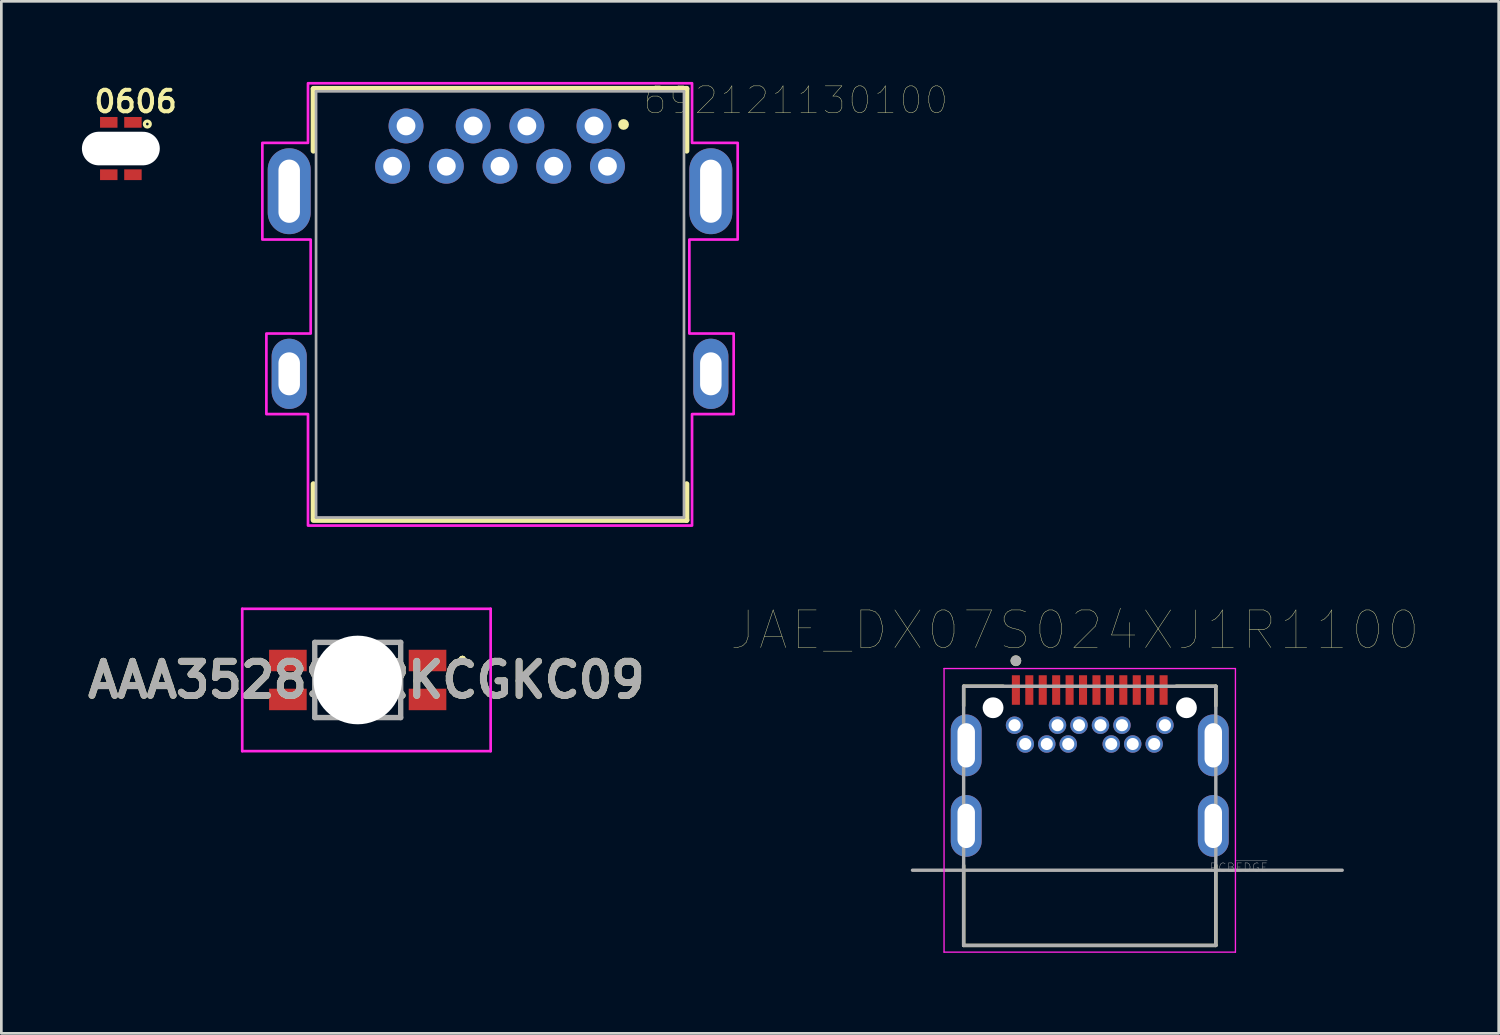
<source format=kicad_pcb>
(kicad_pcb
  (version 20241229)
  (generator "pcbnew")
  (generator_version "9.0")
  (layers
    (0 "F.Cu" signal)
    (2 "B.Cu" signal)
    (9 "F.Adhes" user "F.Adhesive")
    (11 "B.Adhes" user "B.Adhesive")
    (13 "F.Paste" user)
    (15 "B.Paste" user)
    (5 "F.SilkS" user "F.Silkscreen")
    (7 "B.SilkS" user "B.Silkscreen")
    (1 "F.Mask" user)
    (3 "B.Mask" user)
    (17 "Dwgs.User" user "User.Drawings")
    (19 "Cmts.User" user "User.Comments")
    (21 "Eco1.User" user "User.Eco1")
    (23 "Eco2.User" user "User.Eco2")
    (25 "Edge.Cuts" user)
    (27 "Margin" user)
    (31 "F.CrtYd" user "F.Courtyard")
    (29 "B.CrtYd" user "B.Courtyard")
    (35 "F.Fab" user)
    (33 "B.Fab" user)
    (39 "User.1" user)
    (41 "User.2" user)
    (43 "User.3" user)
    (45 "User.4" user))
  (footprint "AAA3528SURKCGKC09"
    (layer "F.Cu")
    (at 10.27 22.27)
    (property "Reference" "AAA3528SURKCGKC09" (at 0.325 0 0) (layer "F.SilkS") (effects (font (size 1.27 1.27) (thickness 0.254))))
    (attr through_hole)
    (fp_line (start 3.9 -0.8) (end 3.9 -0.8) (stroke (width 0.2) (type solid)) (layer "F.SilkS"))
    (fp_line (start 3.9 -0.8) (end 3.9 -0.8) (stroke (width 0.2) (type solid)) (layer "F.SilkS"))
    (fp_line (start 3.9 -0.7) (end 3.9 -0.7) (stroke (width 0.2) (type solid)) (layer "F.SilkS"))
    (fp_arc (start 3.9 -0.8) (mid 3.95 -0.75) (end 3.9 -0.7) (stroke (width 0.2) (type solid)) (layer "F.SilkS"))
    (fp_arc (start 3.9 -0.7) (mid 3.85 -0.75) (end 3.9 -0.8) (stroke (width 0.2) (type solid)) (layer "F.SilkS"))
    (fp_arc (start 3.9 -0.7) (mid 3.85 -0.75) (end 3.9 -0.8) (stroke (width 0.2) (type solid)) (layer "F.SilkS"))
    (fp_line (start -4.3 -2.65) (end 4.95 -2.65) (stroke (width 0.1) (type solid)) (layer "F.CrtYd"))
    (fp_line (start -4.3 2.65) (end -4.3 -2.65) (stroke (width 0.1) (type solid)) (layer "F.CrtYd"))
    (fp_line (start 4.95 -2.65) (end 4.95 2.65) (stroke (width 0.1) (type solid)) (layer "F.CrtYd"))
    (fp_line (start 4.95 2.65) (end -4.3 2.65) (stroke (width 0.1) (type solid)) (layer "F.CrtYd"))
    (fp_line (start -1.6 -1.4) (end -1.6 1.4) (stroke (width 0.2) (type solid)) (layer "F.Fab"))
    (fp_line (start -1.6 1.4) (end 1.6 1.4) (stroke (width 0.2) (type solid)) (layer "F.Fab"))
    (fp_line (start 1.6 -1.4) (end -1.6 -1.4) (stroke (width 0.2) (type solid)) (layer "F.Fab"))
    (fp_line (start 1.6 1.4) (end 1.6 -1.4) (stroke (width 0.2) (type solid)) (layer "F.Fab"))
    (fp_text user "${REFERENCE}" (at 0.325 0 0) (layer "F.Fab") (effects (font (size 1.27 1.27) (thickness 0.254))))
    (pad "" np_thru_hole circle (at 0 0) (size 3.3 3.3) (drill 3.3) (layers "*.Cu" "*.Mask"))
    (pad "1" smd rect (at 2.6 -0.725 90) (size 0.8 1.4) (layers "F.Cu" "F.Mask" "F.Paste"))
    (pad "2" smd rect (at -2.6 -0.725 90) (size 0.8 1.4) (layers "F.Cu" "F.Mask" "F.Paste"))
    (pad "3" smd rect (at -2.6 0.725 90) (size 0.8 1.4) (layers "F.Cu" "F.Mask" "F.Paste"))
    (pad "4" smd rect (at 2.6 0.725 90) (size 0.8 1.4) (layers "F.Cu" "F.Mask" "F.Paste")))
  (footprint "JAE_DX07S024XJ1R1100"
    (layer "F.Cu")
    (at 33.928 23.304)
    (property "Reference" "JAE_DX07S024XJ1R1100" (at 3.045 -2.889 0) (layer "F.SilkS") (effects (font (size 1.4 1.4) (thickness 0.015))))
    (attr through_hole)
    (fp_line (start -1.095 -0.8) (end -1.095 -0.07) (stroke (width 0.127) (type solid)) (layer "F.SilkS"))
    (fp_line (start -1.095 8.85) (end -1.095 5.87) (stroke (width 0.127) (type solid)) (layer "F.SilkS"))
    (fp_line (start -1.095 8.85) (end 8.295 8.85) (stroke (width 0.127) (type solid)) (layer "F.SilkS"))
    (fp_line (start 0.38 -0.8) (end -1.095 -0.8) (stroke (width 0.127) (type solid)) (layer "F.SilkS"))
    (fp_line (start 8.295 -0.8) (end 6.82 -0.8) (stroke (width 0.127) (type solid)) (layer "F.SilkS"))
    (fp_line (start 8.295 -0.8) (end 8.295 -0.07) (stroke (width 0.127) (type solid)) (layer "F.SilkS"))
    (fp_line (start 8.295 8.85) (end 8.295 5.87) (stroke (width 0.127) (type solid)) (layer "F.SilkS"))
    (fp_circle (center 0.85 -1.75) (end 0.95 -1.75) (stroke (width 0.2) (type solid)) (fill no) (layer "F.SilkS"))
    (fp_line (start 7.088 -0.388) (end 7.312 -0.388) (stroke (width 0.001) (type solid)) (layer "Edge.Cuts"))
    (fp_line (start 7.312 0.388) (end 7.088 0.388) (stroke (width 0.001) (type solid)) (layer "Edge.Cuts"))
    (fp_arc (start 6.7 0) (mid 6.813496 -0.274004) (end 7.0875 -0.3875) (stroke (width 0.001) (type solid)) (layer "Edge.Cuts"))
    (fp_arc (start 7.0875 0.3875) (mid 6.813496 0.274004) (end 6.7 0) (stroke (width 0.001) (type solid)) (layer "Edge.Cuts"))
    (fp_arc (start 7.3125 -0.3875) (mid 7.586504 -0.274004) (end 7.7 0) (stroke (width 0.001) (type solid)) (layer "Edge.Cuts"))
    (fp_arc (start 7.7 0) (mid 7.586504 0.274004) (end 7.3125 0.3875) (stroke (width 0.001) (type solid)) (layer "Edge.Cuts"))
    (fp_line (start -1.825 -1.46) (end -1.825 9.1) (stroke (width 0.05) (type solid)) (layer "F.CrtYd"))
    (fp_line (start -1.825 9.1) (end 9.025 9.1) (stroke (width 0.05) (type solid)) (layer "F.CrtYd"))
    (fp_line (start 9.025 -1.46) (end -1.825 -1.46) (stroke (width 0.05) (type solid)) (layer "F.CrtYd"))
    (fp_line (start 9.025 9.1) (end 9.025 -1.46) (stroke (width 0.05) (type solid)) (layer "F.CrtYd"))
    (fp_line (start -3 6.05) (end 13 6.05) (stroke (width 0.127) (type solid)) (layer "F.Fab"))
    (fp_line (start -1.095 -0.8) (end -1.095 8.85) (stroke (width 0.127) (type solid)) (layer "F.Fab"))
    (fp_line (start -1.095 8.85) (end 8.295 8.85) (stroke (width 0.127) (type solid)) (layer "F.Fab"))
    (fp_line (start 8.295 -0.8) (end -1.095 -0.8) (stroke (width 0.127) (type solid)) (layer "F.Fab"))
    (fp_line (start 8.295 8.85) (end 8.295 -0.8) (stroke (width 0.127) (type solid)) (layer "F.Fab"))
    (fp_circle (center 0.85 -1.75) (end 0.95 -1.75) (stroke (width 0.2) (type solid)) (fill no) (layer "F.Fab"))
    (fp_text user "PCB~{EDGE}" (at 9.15 5.95 0) (layer "F.Fab") (effects (font (size 0.32 0.32) (thickness 0.015))))
    (pad "" np_thru_hole circle (at 0 0) (size 0.775 0.775) (drill 0.775) (layers "*.Cu" "*.Mask"))
    (pad "" np_thru_hole circle (at 7.2 0) (size 0.775 0.775) (drill 0.775) (layers "*.Cu" "*.Mask"))
    (pad "A1" smd rect (at 0.85 -0.66) (size 0.3 1.1) (layers "F.Cu" "F.Mask" "F.Paste"))
    (pad "A2" smd rect (at 1.35 -0.66) (size 0.3 1.1) (layers "F.Cu" "F.Mask" "F.Paste"))
    (pad "A3" smd rect (at 1.85 -0.66) (size 0.3 1.1) (layers "F.Cu" "F.Mask" "F.Paste"))
    (pad "A4" smd rect (at 2.35 -0.66) (size 0.3 1.1) (layers "F.Cu" "F.Mask" "F.Paste"))
    (pad "A5" smd rect (at 2.85 -0.66) (size 0.3 1.1) (layers "F.Cu" "F.Mask" "F.Paste"))
    (pad "A6" smd rect (at 3.35 -0.66) (size 0.3 1.1) (layers "F.Cu" "F.Mask" "F.Paste"))
    (pad "A7" smd rect (at 3.85 -0.66) (size 0.3 1.1) (layers "F.Cu" "F.Mask" "F.Paste"))
    (pad "A8" smd rect (at 4.35 -0.66) (size 0.3 1.1) (layers "F.Cu" "F.Mask" "F.Paste"))
    (pad "A9" smd rect (at 4.85 -0.66) (size 0.3 1.1) (layers "F.Cu" "F.Mask" "F.Paste"))
    (pad "A10" smd rect (at 5.35 -0.66) (size 0.3 1.1) (layers "F.Cu" "F.Mask" "F.Paste"))
    (pad "A11" smd rect (at 5.85 -0.66) (size 0.3 1.1) (layers "F.Cu" "F.Mask" "F.Paste"))
    (pad "A12" smd rect (at 6.35 -0.66) (size 0.3 1.1) (layers "F.Cu" "F.Mask" "F.Paste"))
    (pad "B1" thru_hole circle (at 6.4 0.65) (size 0.65 0.65) (drill 0.45) (layers "*.Cu" "*.Mask"))
    (pad "B2" thru_hole circle (at 6 1.35) (size 0.65 0.65) (drill 0.45) (layers "*.Cu" "*.Mask"))
    (pad "B3" thru_hole circle (at 5.2 1.35) (size 0.65 0.65) (drill 0.45) (layers "*.Cu" "*.Mask"))
    (pad "B4" thru_hole circle (at 4.8 0.65) (size 0.65 0.65) (drill 0.45) (layers "*.Cu" "*.Mask"))
    (pad "B5" thru_hole circle (at 4.4 1.35) (size 0.65 0.65) (drill 0.45) (layers "*.Cu" "*.Mask"))
    (pad "B6" thru_hole circle (at 4 0.65) (size 0.65 0.65) (drill 0.45) (layers "*.Cu" "*.Mask"))
    (pad "B7" thru_hole circle (at 3.2 0.65) (size 0.65 0.65) (drill 0.45) (layers "*.Cu" "*.Mask"))
    (pad "B8" thru_hole circle (at 2.8 1.35) (size 0.65 0.65) (drill 0.45) (layers "*.Cu" "*.Mask"))
    (pad "B9" thru_hole circle (at 2.4 0.65) (size 0.65 0.65) (drill 0.45) (layers "*.Cu" "*.Mask"))
    (pad "B10" thru_hole circle (at 2 1.35) (size 0.65 0.65) (drill 0.45) (layers "*.Cu" "*.Mask"))
    (pad "B11" thru_hole circle (at 1.2 1.35) (size 0.65 0.65) (drill 0.45) (layers "*.Cu" "*.Mask"))
    (pad "B12" thru_hole circle (at 0.8 0.65) (size 0.65 0.65) (drill 0.45) (layers "*.Cu" "*.Mask"))
    (pad "S1" thru_hole oval (at -1 1.4) (size 1.15 2.3) (drill oval 0.65 1.65) (layers "*.Cu" "*.Mask"))
    (pad "S2" thru_hole oval (at 8.2 1.4) (size 1.15 2.3) (drill oval 0.65 1.65) (layers "*.Cu" "*.Mask"))
    (pad "S3" thru_hole oval (at -1 4.4) (size 1.15 2.3) (drill oval 0.65 1.65) (layers "*.Cu" "*.Mask"))
    (pad "S4" thru_hole oval (at 8.2 4.4) (size 1.15 2.3) (drill oval 0.65 1.65) (layers "*.Cu" "*.Mask")))
  (footprint "692121130100"
    (layer "F.Cu")
    (at 15.569 8.285)
    (property "Reference" "692121130100" (at 11.015 -7.6 0) (layer "F.SilkS") (effects (font (size 1 1) (thickness 0.015))))
    (attr through_hole)
    (fp_line (start -6.95 -8.035) (end 6.95 -8.035) (stroke (width 0.2) (type solid)) (layer "F.SilkS"))
    (fp_line (start -6.95 -8.015) (end -6.95 -5.715) (stroke (width 0.2) (type solid)) (layer "F.SilkS"))
    (fp_line (start -6.95 7.985) (end -6.95 6.685) (stroke (width 0.2) (type solid)) (layer "F.SilkS"))
    (fp_line (start 6.95 -8.035) (end 6.95 -5.715) (stroke (width 0.2) (type solid)) (layer "F.SilkS"))
    (fp_line (start 6.95 8.035) (end -6.95 8.035) (stroke (width 0.2) (type solid)) (layer "F.SilkS"))
    (fp_line (start 6.95 8.035) (end 6.95 6.685) (stroke (width 0.2) (type solid)) (layer "F.SilkS"))
    (fp_circle (center 4.6 -6.7) (end 4.7 -6.7) (stroke (width 0.2) (type solid)) (fill no) (layer "F.SilkS"))
    (fp_poly (pts (xy -7.15 -8.235) (xy 7.15 -8.235) (xy 7.15 -6.015) (xy 8.85 -6.015) (xy 8.85 -2.415) (xy 7.05 -2.415) (xy 7.05 1.085) (xy 8.7 1.085) (xy 8.7 4.085) (xy 7.15 4.085) (xy 7.15 8.235) (xy -7.15 8.235) (xy -7.15 4.085) (xy -8.7 4.085) (xy -8.7 1.085) (xy -7.05 1.085) (xy -7.05 -2.415) (xy -8.85 -2.415) (xy -8.85 -6.015) (xy -7.15 -6.015)) (stroke (width 0.1) (type solid)) (fill no) (layer "F.CrtYd"))
    (fp_line (start -6.85 -7.935) (end -6.85 7.935) (stroke (width 0.1) (type solid)) (layer "F.Fab"))
    (fp_line (start -6.85 7.935) (end 6.85 7.935) (stroke (width 0.1) (type solid)) (layer "F.Fab"))
    (fp_line (start 6.85 -7.935) (end -6.85 -7.935) (stroke (width 0.1) (type solid)) (layer "F.Fab"))
    (fp_line (start 6.85 7.935) (end 6.85 -7.935) (stroke (width 0.1) (type solid)) (layer "F.Fab"))
    (pad "1" thru_hole circle (at 3.5 -6.645) (size 1.3 1.3) (drill 0.7) (layers "*.Cu" "*.Mask"))
    (pad "2" thru_hole circle (at 1 -6.645) (size 1.3 1.3) (drill 0.7) (layers "*.Cu" "*.Mask"))
    (pad "3" thru_hole circle (at -1 -6.645) (size 1.3 1.3) (drill 0.7) (layers "*.Cu" "*.Mask"))
    (pad "4" thru_hole circle (at -3.5 -6.645) (size 1.3 1.3) (drill 0.7) (layers "*.Cu" "*.Mask"))
    (pad "5" thru_hole circle (at -4 -5.145) (size 1.3 1.3) (drill 0.7) (layers "*.Cu" "*.Mask"))
    (pad "6" thru_hole circle (at -2 -5.145) (size 1.3 1.3) (drill 0.7) (layers "*.Cu" "*.Mask"))
    (pad "7" thru_hole circle (at 0 -5.145) (size 1.3 1.3) (drill 0.7) (layers "*.Cu" "*.Mask"))
    (pad "8" thru_hole circle (at 2 -5.145) (size 1.3 1.3) (drill 0.7) (layers "*.Cu" "*.Mask"))
    (pad "9" thru_hole circle (at 4 -5.145) (size 1.3 1.3) (drill 0.7) (layers "*.Cu" "*.Mask"))
    (pad "S1" thru_hole oval (at -7.85 -4.215) (size 1.6 3.2) (drill oval 0.8 2.355) (layers "*.Cu" "*.Mask"))
    (pad "S2" thru_hole oval (at 7.85 -4.215) (size 1.6 3.2) (drill oval 0.8 2.35) (layers "*.Cu" "*.Mask"))
    (pad "S3" thru_hole oval (at 7.85 2.585) (size 1.308 2.616) (drill oval 0.8 1.6) (layers "*.Cu" "*.Mask"))
    (pad "S4" thru_hole oval (at -7.85 2.585) (size 1.308 2.616) (drill oval 0.8 1.6) (layers "*.Cu" "*.Mask")))
  (footprint "0606"
    (layer "F.Cu")
    (at 1.45 2.481)
    (property "Reference" "0606" (at 0.55 -1.75 0) (layer "F.SilkS") (effects (font (size 0.8 0.8) (thickness 0.15))))
    (attr through_hole)
    (fp_circle (center 0.986 -0.912) (end 1.036 -0.912) (stroke (width 0.12) (type solid)) (fill no) (layer "F.SilkS"))
    (pad "" np_thru_hole oval (at 0 0) (size 2.9 1.25) (drill oval 2.9 1.25) (layers "*.Cu" "*.Mask"))
    (pad "1" smd rect (at 0.45 -0.975) (size 0.65 0.4) (layers "F.Cu" "F.Mask" "F.Paste"))
    (pad "2" smd rect (at -0.45 -0.975) (size 0.65 0.4) (layers "F.Cu" "F.Mask" "F.Paste"))
    (pad "3" smd rect (at -0.45 0.975) (size 0.65 0.4) (layers "F.Cu" "F.Mask" "F.Paste"))
    (pad "4" smd rect (at 0.45 0.975) (size 0.65 0.4) (layers "F.Cu" "F.Mask" "F.Paste")))
  (gr_rect
    (start -3 -3)
    (end 52.756 35.429)
    (stroke (width 0.1) (type default))
    (fill no)
    (layer "Edge.Cuts")))
</source>
